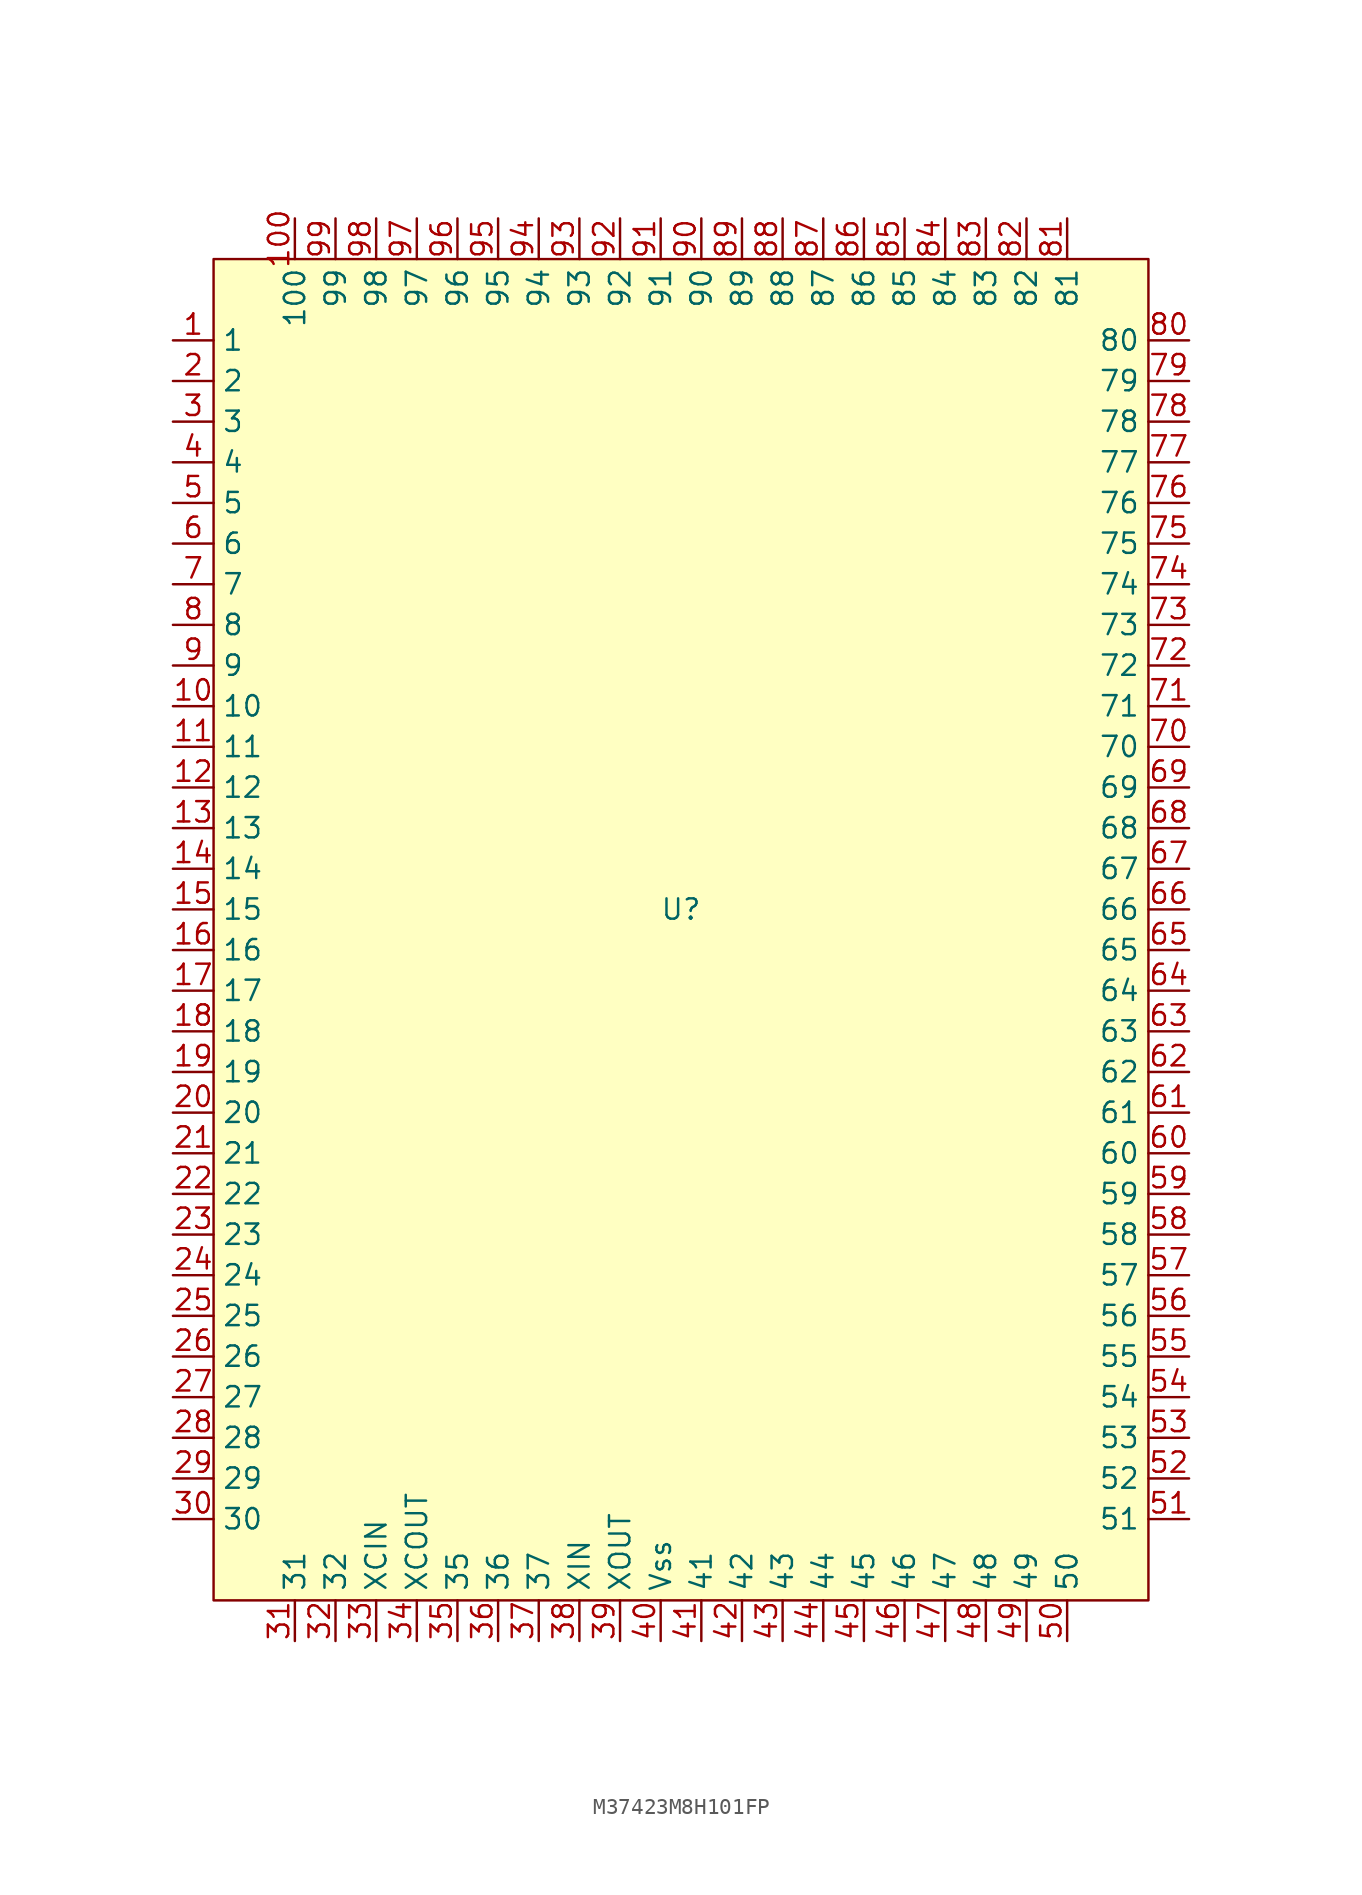
<source format=kicad_sym>
(kicad_symbol_lib
  (version 20220914)
  (generator kicad_symbol_editor)
  (symbol "M37423M8H101FP"
    (property "Reference" "U"
      (at 0 1.27 0)
      (effects (font (size 1.27 1.27))))
    (property "Value" ""
      (at -31.75 36.83 0)
      (effects (font (size 1.27 1.27))))
    (symbol "M37423M8H101FP_0_0"
      (pin bidirectional line (at -31.75 36.83 0) (length 2.54) (name "1" (effects (font (size 1.27 1.27)))) (number "1" (effects (font (size 1.27 1.27)))))
      (pin bidirectional line (at -31.75 13.97 0) (length 2.54) (name "10" (effects (font (size 1.27 1.27)))) (number "10" (effects (font (size 1.27 1.27)))))
      (pin bidirectional line (at -24.13 44.45 270) (length 2.54) (name "100" (effects (font (size 1.27 1.27)))) (number "100" (effects (font (size 1.27 1.27)))))
      (pin bidirectional line (at -31.75 11.43 0) (length 2.54) (name "11" (effects (font (size 1.27 1.27)))) (number "11" (effects (font (size 1.27 1.27)))))
      (pin bidirectional line (at -31.75 8.89 0) (length 2.54) (name "12" (effects (font (size 1.27 1.27)))) (number "12" (effects (font (size 1.27 1.27)))))
      (pin bidirectional line (at -31.75 6.35 0) (length 2.54) (name "13" (effects (font (size 1.27 1.27)))) (number "13" (effects (font (size 1.27 1.27)))))
      (pin bidirectional line (at -31.75 3.81 0) (length 2.54) (name "14" (effects (font (size 1.27 1.27)))) (number "14" (effects (font (size 1.27 1.27)))))
      (pin bidirectional line (at -31.75 1.27 0) (length 2.54) (name "15" (effects (font (size 1.27 1.27)))) (number "15" (effects (font (size 1.27 1.27)))))
      (pin bidirectional line (at -31.75 -1.27 0) (length 2.54) (name "16" (effects (font (size 1.27 1.27)))) (number "16" (effects (font (size 1.27 1.27)))))
      (pin bidirectional line (at -31.75 -3.81 0) (length 2.54) (name "17" (effects (font (size 1.27 1.27)))) (number "17" (effects (font (size 1.27 1.27)))))
      (pin bidirectional line (at -31.75 -6.35 0) (length 2.54) (name "18" (effects (font (size 1.27 1.27)))) (number "18" (effects (font (size 1.27 1.27)))))
      (pin bidirectional line (at -31.75 -8.89 0) (length 2.54) (name "19" (effects (font (size 1.27 1.27)))) (number "19" (effects (font (size 1.27 1.27)))))
      (pin bidirectional line (at -31.75 34.29 0) (length 2.54) (name "2" (effects (font (size 1.27 1.27)))) (number "2" (effects (font (size 1.27 1.27)))))
      (pin bidirectional line (at -31.75 -11.43 0) (length 2.54) (name "20" (effects (font (size 1.27 1.27)))) (number "20" (effects (font (size 1.27 1.27)))))
      (pin bidirectional line (at -31.75 -13.97 0) (length 2.54) (name "21" (effects (font (size 1.27 1.27)))) (number "21" (effects (font (size 1.27 1.27)))))
      (pin bidirectional line (at -31.75 -16.51 0) (length 2.54) (name "22" (effects (font (size 1.27 1.27)))) (number "22" (effects (font (size 1.27 1.27)))))
      (pin bidirectional line (at -31.75 -19.05 0) (length 2.54) (name "23" (effects (font (size 1.27 1.27)))) (number "23" (effects (font (size 1.27 1.27)))))
      (pin bidirectional line (at -31.75 -21.59 0) (length 2.54) (name "24" (effects (font (size 1.27 1.27)))) (number "24" (effects (font (size 1.27 1.27)))))
      (pin bidirectional line (at -31.75 -24.13 0) (length 2.54) (name "25" (effects (font (size 1.27 1.27)))) (number "25" (effects (font (size 1.27 1.27)))))
      (pin bidirectional line (at -31.75 -26.67 0) (length 2.54) (name "26" (effects (font (size 1.27 1.27)))) (number "26" (effects (font (size 1.27 1.27)))))
      (pin bidirectional line (at -31.75 -29.21 0) (length 2.54) (name "27" (effects (font (size 1.27 1.27)))) (number "27" (effects (font (size 1.27 1.27)))))
      (pin bidirectional line (at -31.75 -31.75 0) (length 2.54) (name "28" (effects (font (size 1.27 1.27)))) (number "28" (effects (font (size 1.27 1.27)))))
      (pin bidirectional line (at -31.75 -34.29 0) (length 2.54) (name "29" (effects (font (size 1.27 1.27)))) (number "29" (effects (font (size 1.27 1.27)))))
      (pin bidirectional line (at -31.75 31.75 0) (length 2.54) (name "3" (effects (font (size 1.27 1.27)))) (number "3" (effects (font (size 1.27 1.27)))))
      (pin bidirectional line (at -31.75 -36.83 0) (length 2.54) (name "30" (effects (font (size 1.27 1.27)))) (number "30" (effects (font (size 1.27 1.27)))))
      (pin bidirectional line (at -24.13 -44.45 90) (length 2.54) (name "31" (effects (font (size 1.27 1.27)))) (number "31" (effects (font (size 1.27 1.27)))))
      (pin bidirectional line (at -21.59 -44.45 90) (length 2.54) (name "32" (effects (font (size 1.27 1.27)))) (number "32" (effects (font (size 1.27 1.27)))))
      (pin bidirectional line (at -13.97 -44.45 90) (length 2.54) (name "35" (effects (font (size 1.27 1.27)))) (number "35" (effects (font (size 1.27 1.27)))))
      (pin bidirectional line (at -11.43 -44.45 90) (length 2.54) (name "36" (effects (font (size 1.27 1.27)))) (number "36" (effects (font (size 1.27 1.27)))))
      (pin bidirectional line (at -8.89 -44.45 90) (length 2.54) (name "37" (effects (font (size 1.27 1.27)))) (number "37" (effects (font (size 1.27 1.27)))))
      (pin bidirectional line (at -31.75 29.21 0) (length 2.54) (name "4" (effects (font (size 1.27 1.27)))) (number "4" (effects (font (size 1.27 1.27)))))
      (pin bidirectional line (at 1.27 -44.45 90) (length 2.54) (name "41" (effects (font (size 1.27 1.27)))) (number "41" (effects (font (size 1.27 1.27)))))
      (pin bidirectional line (at 3.81 -44.45 90) (length 2.54) (name "42" (effects (font (size 1.27 1.27)))) (number "42" (effects (font (size 1.27 1.27)))))
      (pin bidirectional line (at 6.35 -44.45 90) (length 2.54) (name "43" (effects (font (size 1.27 1.27)))) (number "43" (effects (font (size 1.27 1.27)))))
      (pin bidirectional line (at 8.89 -44.45 90) (length 2.54) (name "44" (effects (font (size 1.27 1.27)))) (number "44" (effects (font (size 1.27 1.27)))))
      (pin bidirectional line (at 11.43 -44.45 90) (length 2.54) (name "45" (effects (font (size 1.27 1.27)))) (number "45" (effects (font (size 1.27 1.27)))))
      (pin bidirectional line (at 13.97 -44.45 90) (length 2.54) (name "46" (effects (font (size 1.27 1.27)))) (number "46" (effects (font (size 1.27 1.27)))))
      (pin bidirectional line (at 16.51 -44.45 90) (length 2.54) (name "47" (effects (font (size 1.27 1.27)))) (number "47" (effects (font (size 1.27 1.27)))))
      (pin bidirectional line (at 19.05 -44.45 90) (length 2.54) (name "48" (effects (font (size 1.27 1.27)))) (number "48" (effects (font (size 1.27 1.27)))))
      (pin bidirectional line (at 21.59 -44.45 90) (length 2.54) (name "49" (effects (font (size 1.27 1.27)))) (number "49" (effects (font (size 1.27 1.27)))))
      (pin bidirectional line (at -31.75 26.67 0) (length 2.54) (name "5" (effects (font (size 1.27 1.27)))) (number "5" (effects (font (size 1.27 1.27)))))
      (pin bidirectional line (at 24.13 -44.45 90) (length 2.54) (name "50" (effects (font (size 1.27 1.27)))) (number "50" (effects (font (size 1.27 1.27)))))
      (pin bidirectional line (at 31.75 -36.83 180) (length 2.54) (name "51" (effects (font (size 1.27 1.27)))) (number "51" (effects (font (size 1.27 1.27)))))
      (pin bidirectional line (at 31.75 -34.29 180) (length 2.54) (name "52" (effects (font (size 1.27 1.27)))) (number "52" (effects (font (size 1.27 1.27)))))
      (pin bidirectional line (at 31.75 -31.75 180) (length 2.54) (name "53" (effects (font (size 1.27 1.27)))) (number "53" (effects (font (size 1.27 1.27)))))
      (pin bidirectional line (at 31.75 -29.21 180) (length 2.54) (name "54" (effects (font (size 1.27 1.27)))) (number "54" (effects (font (size 1.27 1.27)))))
      (pin bidirectional line (at 31.75 -26.67 180) (length 2.54) (name "55" (effects (font (size 1.27 1.27)))) (number "55" (effects (font (size 1.27 1.27)))))
      (pin bidirectional line (at 31.75 -24.13 180) (length 2.54) (name "56" (effects (font (size 1.27 1.27)))) (number "56" (effects (font (size 1.27 1.27)))))
      (pin bidirectional line (at 31.75 -21.59 180) (length 2.54) (name "57" (effects (font (size 1.27 1.27)))) (number "57" (effects (font (size 1.27 1.27)))))
      (pin bidirectional line (at 31.75 -19.05 180) (length 2.54) (name "58" (effects (font (size 1.27 1.27)))) (number "58" (effects (font (size 1.27 1.27)))))
      (pin bidirectional line (at 31.75 -16.51 180) (length 2.54) (name "59" (effects (font (size 1.27 1.27)))) (number "59" (effects (font (size 1.27 1.27)))))
      (pin bidirectional line (at -31.75 24.13 0) (length 2.54) (name "6" (effects (font (size 1.27 1.27)))) (number "6" (effects (font (size 1.27 1.27)))))
      (pin bidirectional line (at 31.75 -13.97 180) (length 2.54) (name "60" (effects (font (size 1.27 1.27)))) (number "60" (effects (font (size 1.27 1.27)))))
      (pin bidirectional line (at 31.75 -11.43 180) (length 2.54) (name "61" (effects (font (size 1.27 1.27)))) (number "61" (effects (font (size 1.27 1.27)))))
      (pin bidirectional line (at 31.75 -8.89 180) (length 2.54) (name "62" (effects (font (size 1.27 1.27)))) (number "62" (effects (font (size 1.27 1.27)))))
      (pin bidirectional line (at 31.75 -6.35 180) (length 2.54) (name "63" (effects (font (size 1.27 1.27)))) (number "63" (effects (font (size 1.27 1.27)))))
      (pin bidirectional line (at 31.75 -3.81 180) (length 2.54) (name "64" (effects (font (size 1.27 1.27)))) (number "64" (effects (font (size 1.27 1.27)))))
      (pin bidirectional line (at 31.75 -1.27 180) (length 2.54) (name "65" (effects (font (size 1.27 1.27)))) (number "65" (effects (font (size 1.27 1.27)))))
      (pin bidirectional line (at 31.75 1.27 180) (length 2.54) (name "66" (effects (font (size 1.27 1.27)))) (number "66" (effects (font (size 1.27 1.27)))))
      (pin bidirectional line (at 31.75 3.81 180) (length 2.54) (name "67" (effects (font (size 1.27 1.27)))) (number "67" (effects (font (size 1.27 1.27)))))
      (pin bidirectional line (at 31.75 6.35 180) (length 2.54) (name "68" (effects (font (size 1.27 1.27)))) (number "68" (effects (font (size 1.27 1.27)))))
      (pin bidirectional line (at 31.75 8.89 180) (length 2.54) (name "69" (effects (font (size 1.27 1.27)))) (number "69" (effects (font (size 1.27 1.27)))))
      (pin bidirectional line (at -31.75 21.59 0) (length 2.54) (name "7" (effects (font (size 1.27 1.27)))) (number "7" (effects (font (size 1.27 1.27)))))
      (pin bidirectional line (at 31.75 11.43 180) (length 2.54) (name "70" (effects (font (size 1.27 1.27)))) (number "70" (effects (font (size 1.27 1.27)))))
      (pin bidirectional line (at 31.75 13.97 180) (length 2.54) (name "71" (effects (font (size 1.27 1.27)))) (number "71" (effects (font (size 1.27 1.27)))))
      (pin bidirectional line (at 31.75 16.51 180) (length 2.54) (name "72" (effects (font (size 1.27 1.27)))) (number "72" (effects (font (size 1.27 1.27)))))
      (pin bidirectional line (at 31.75 19.05 180) (length 2.54) (name "73" (effects (font (size 1.27 1.27)))) (number "73" (effects (font (size 1.27 1.27)))))
      (pin bidirectional line (at 31.75 21.59 180) (length 2.54) (name "74" (effects (font (size 1.27 1.27)))) (number "74" (effects (font (size 1.27 1.27)))))
      (pin bidirectional line (at 31.75 24.13 180) (length 2.54) (name "75" (effects (font (size 1.27 1.27)))) (number "75" (effects (font (size 1.27 1.27)))))
      (pin bidirectional line (at 31.75 26.67 180) (length 2.54) (name "76" (effects (font (size 1.27 1.27)))) (number "76" (effects (font (size 1.27 1.27)))))
      (pin bidirectional line (at 31.75 29.21 180) (length 2.54) (name "77" (effects (font (size 1.27 1.27)))) (number "77" (effects (font (size 1.27 1.27)))))
      (pin bidirectional line (at 31.75 31.75 180) (length 2.54) (name "78" (effects (font (size 1.27 1.27)))) (number "78" (effects (font (size 1.27 1.27)))))
      (pin bidirectional line (at 31.75 34.29 180) (length 2.54) (name "79" (effects (font (size 1.27 1.27)))) (number "79" (effects (font (size 1.27 1.27)))))
      (pin bidirectional line (at -31.75 19.05 0) (length 2.54) (name "8" (effects (font (size 1.27 1.27)))) (number "8" (effects (font (size 1.27 1.27)))))
      (pin bidirectional line (at 31.75 36.83 180) (length 2.54) (name "80" (effects (font (size 1.27 1.27)))) (number "80" (effects (font (size 1.27 1.27)))))
      (pin bidirectional line (at 24.13 44.45 270) (length 2.54) (name "81" (effects (font (size 1.27 1.27)))) (number "81" (effects (font (size 1.27 1.27)))))
      (pin bidirectional line (at 21.59 44.45 270) (length 2.54) (name "82" (effects (font (size 1.27 1.27)))) (number "82" (effects (font (size 1.27 1.27)))))
      (pin bidirectional line (at 19.05 44.45 270) (length 2.54) (name "83" (effects (font (size 1.27 1.27)))) (number "83" (effects (font (size 1.27 1.27)))))
      (pin bidirectional line (at 16.51 44.45 270) (length 2.54) (name "84" (effects (font (size 1.27 1.27)))) (number "84" (effects (font (size 1.27 1.27)))))
      (pin bidirectional line (at 13.97 44.45 270) (length 2.54) (name "85" (effects (font (size 1.27 1.27)))) (number "85" (effects (font (size 1.27 1.27)))))
      (pin bidirectional line (at 11.43 44.45 270) (length 2.54) (name "86" (effects (font (size 1.27 1.27)))) (number "86" (effects (font (size 1.27 1.27)))))
      (pin bidirectional line (at 8.89 44.45 270) (length 2.54) (name "87" (effects (font (size 1.27 1.27)))) (number "87" (effects (font (size 1.27 1.27)))))
      (pin bidirectional line (at 6.35 44.45 270) (length 2.54) (name "88" (effects (font (size 1.27 1.27)))) (number "88" (effects (font (size 1.27 1.27)))))
      (pin bidirectional line (at 3.81 44.45 270) (length 2.54) (name "89" (effects (font (size 1.27 1.27)))) (number "89" (effects (font (size 1.27 1.27)))))
      (pin bidirectional line (at -31.75 16.51 0) (length 2.54) (name "9" (effects (font (size 1.27 1.27)))) (number "9" (effects (font (size 1.27 1.27)))))
      (pin bidirectional line (at 1.27 44.45 270) (length 2.54) (name "90" (effects (font (size 1.27 1.27)))) (number "90" (effects (font (size 1.27 1.27)))))
      (pin bidirectional line (at -1.27 44.45 270) (length 2.54) (name "91" (effects (font (size 1.27 1.27)))) (number "91" (effects (font (size 1.27 1.27)))))
      (pin bidirectional line (at -3.81 44.45 270) (length 2.54) (name "92" (effects (font (size 1.27 1.27)))) (number "92" (effects (font (size 1.27 1.27)))))
      (pin bidirectional line (at -6.35 44.45 270) (length 2.54) (name "93" (effects (font (size 1.27 1.27)))) (number "93" (effects (font (size 1.27 1.27)))))
      (pin bidirectional line (at -8.89 44.45 270) (length 2.54) (name "94" (effects (font (size 1.27 1.27)))) (number "94" (effects (font (size 1.27 1.27)))))
      (pin bidirectional line (at -11.43 44.45 270) (length 2.54) (name "95" (effects (font (size 1.27 1.27)))) (number "95" (effects (font (size 1.27 1.27)))))
      (pin bidirectional line (at -13.97 44.45 270) (length 2.54) (name "96" (effects (font (size 1.27 1.27)))) (number "96" (effects (font (size 1.27 1.27)))))
      (pin bidirectional line (at -16.51 44.45 270) (length 2.54) (name "97" (effects (font (size 1.27 1.27)))) (number "97" (effects (font (size 1.27 1.27)))))
      (pin bidirectional line (at -19.05 44.45 270) (length 2.54) (name "98" (effects (font (size 1.27 1.27)))) (number "98" (effects (font (size 1.27 1.27)))))
      (pin bidirectional line (at -21.59 44.45 270) (length 2.54) (name "99" (effects (font (size 1.27 1.27)))) (number "99" (effects (font (size 1.27 1.27))))))
    (symbol "M37423M8H101FP_1_0"
      (pin bidirectional line (at -19.05 -44.45 90) (length 2.54) (name "XCIN" (effects (font (size 1.27 1.27)))) (number "33" (effects (font (size 1.27 1.27)))))
      (pin bidirectional line (at -16.51 -44.45 90) (length 2.54) (name "XCOUT" (effects (font (size 1.27 1.27)))) (number "34" (effects (font (size 1.27 1.27)))))
      (pin bidirectional line (at -6.35 -44.45 90) (length 2.54) (name "XIN" (effects (font (size 1.27 1.27)))) (number "38" (effects (font (size 1.27 1.27)))))
      (pin bidirectional line (at -3.81 -44.45 90) (length 2.54) (name "XOUT" (effects (font (size 1.27 1.27)))) (number "39" (effects (font (size 1.27 1.27)))))
      (pin bidirectional line (at -1.27 -44.45 90) (length 2.54) (name "Vss" (effects (font (size 1.27 1.27)))) (number "40" (effects (font (size 1.27 1.27))))))
    (symbol "M37423M8H101FP_1_1"
      (rectangle (start -29.21 41.91) (end 29.21 -41.91) (stroke (width 0) (type default)) (fill (type background))))))
</source>
